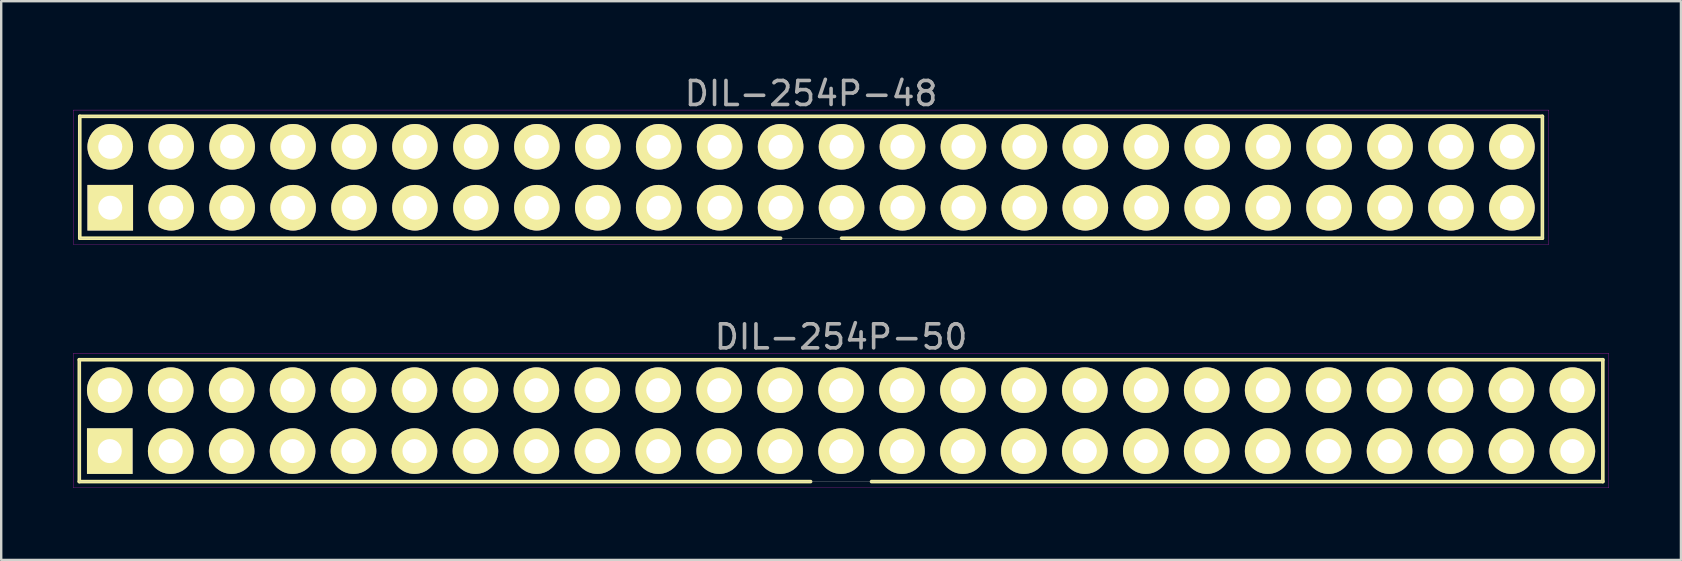
<source format=kicad_pcb>
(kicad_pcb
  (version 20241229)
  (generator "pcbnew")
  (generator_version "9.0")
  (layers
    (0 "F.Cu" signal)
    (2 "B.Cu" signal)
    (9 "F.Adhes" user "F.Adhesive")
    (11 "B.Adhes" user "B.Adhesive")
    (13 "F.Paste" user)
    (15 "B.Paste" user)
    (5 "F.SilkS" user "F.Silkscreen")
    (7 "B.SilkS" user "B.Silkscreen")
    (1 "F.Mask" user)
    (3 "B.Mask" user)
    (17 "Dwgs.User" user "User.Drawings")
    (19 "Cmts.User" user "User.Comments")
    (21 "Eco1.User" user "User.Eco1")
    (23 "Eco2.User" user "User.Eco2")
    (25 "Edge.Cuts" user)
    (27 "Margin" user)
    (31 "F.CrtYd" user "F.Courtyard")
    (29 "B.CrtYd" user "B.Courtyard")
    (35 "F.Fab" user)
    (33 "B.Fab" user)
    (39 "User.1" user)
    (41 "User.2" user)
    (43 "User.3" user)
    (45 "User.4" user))
  (footprint "DIL-254P-48"
    (layer "F.Cu")
    (at 30.755 4.338)
    (property "Reference" "DIL-254P-48" (at 0 -3.49 0) (layer "F.Fab") (effects (font (size 1 1) (thickness 0.15))))
    (attr through_hole)
    (fp_line (start -30.48 -2.54) (end 30.48 -2.54) (stroke (width 0.15) (type solid)) (layer "F.SilkS"))
    (fp_line (start -30.48 2.54) (end -30.48 -2.54) (stroke (width 0.15) (type solid)) (layer "F.SilkS"))
    (fp_line (start -1.27 2.54) (end -30.48 2.54) (stroke (width 0.15) (type solid)) (layer "F.SilkS"))
    (fp_line (start 30.48 -2.54) (end 30.48 2.54) (stroke (width 0.15) (type solid)) (layer "F.SilkS"))
    (fp_line (start 30.48 2.54) (end 1.27 2.54) (stroke (width 0.15) (type solid)) (layer "F.SilkS"))
    (fp_line (start -30.75 -2.8) (end 30.75 -2.8) (stroke (width 0.01) (type solid)) (layer "F.CrtYd"))
    (fp_line (start -30.75 2.8) (end -30.75 -2.8) (stroke (width 0.01) (type solid)) (layer "F.CrtYd"))
    (fp_line (start 30.75 -2.8) (end 30.75 2.8) (stroke (width 0.01) (type solid)) (layer "F.CrtYd"))
    (fp_line (start 30.75 2.8) (end -30.75 2.8) (stroke (width 0.01) (type solid)) (layer "F.CrtYd"))
    (fp_line (start -30.48 -2.54) (end 30.48 -2.54) (stroke (width 0.01) (type solid)) (layer "F.Fab"))
    (fp_line (start -30.48 2.54) (end -30.48 -2.54) (stroke (width 0.01) (type solid)) (layer "F.Fab"))
    (fp_line (start 30.48 -2.54) (end 30.48 2.54) (stroke (width 0.01) (type solid)) (layer "F.Fab"))
    (fp_line (start 30.48 2.54) (end -30.48 2.54) (stroke (width 0.01) (type solid)) (layer "F.Fab"))
    (pad "1" thru_hole rect (at -29.21 1.27) (size 1.9 1.9) (drill 1) (layers "*.Cu" "*.Mask" "F.SilkS"))
    (pad "2" thru_hole circle (at -29.21 -1.27) (size 1.9 1.9) (drill 1) (layers "*.Cu" "*.Mask" "F.SilkS"))
    (pad "3" thru_hole circle (at -26.67 1.27) (size 1.9 1.9) (drill 1) (layers "*.Cu" "*.Mask" "F.SilkS"))
    (pad "4" thru_hole circle (at -26.67 -1.27) (size 1.9 1.9) (drill 1) (layers "*.Cu" "*.Mask" "F.SilkS"))
    (pad "5" thru_hole circle (at -24.13 1.27) (size 1.9 1.9) (drill 1) (layers "*.Cu" "*.Mask" "F.SilkS"))
    (pad "6" thru_hole circle (at -24.13 -1.27) (size 1.9 1.9) (drill 1) (layers "*.Cu" "*.Mask" "F.SilkS"))
    (pad "7" thru_hole circle (at -21.59 1.27) (size 1.9 1.9) (drill 1) (layers "*.Cu" "*.Mask" "F.SilkS"))
    (pad "8" thru_hole circle (at -21.59 -1.27) (size 1.9 1.9) (drill 1) (layers "*.Cu" "*.Mask" "F.SilkS"))
    (pad "9" thru_hole circle (at -19.05 1.27) (size 1.9 1.9) (drill 1) (layers "*.Cu" "*.Mask" "F.SilkS"))
    (pad "10" thru_hole circle (at -19.05 -1.27) (size 1.9 1.9) (drill 1) (layers "*.Cu" "*.Mask" "F.SilkS"))
    (pad "11" thru_hole circle (at -16.51 1.27) (size 1.9 1.9) (drill 1) (layers "*.Cu" "*.Mask" "F.SilkS"))
    (pad "12" thru_hole circle (at -16.51 -1.27) (size 1.9 1.9) (drill 1) (layers "*.Cu" "*.Mask" "F.SilkS"))
    (pad "13" thru_hole circle (at -13.97 1.27) (size 1.9 1.9) (drill 1) (layers "*.Cu" "*.Mask" "F.SilkS"))
    (pad "14" thru_hole circle (at -13.97 -1.27) (size 1.9 1.9) (drill 1) (layers "*.Cu" "*.Mask" "F.SilkS"))
    (pad "15" thru_hole circle (at -11.43 1.27) (size 1.9 1.9) (drill 1) (layers "*.Cu" "*.Mask" "F.SilkS"))
    (pad "16" thru_hole circle (at -11.43 -1.27) (size 1.9 1.9) (drill 1) (layers "*.Cu" "*.Mask" "F.SilkS"))
    (pad "17" thru_hole circle (at -8.89 1.27) (size 1.9 1.9) (drill 1) (layers "*.Cu" "*.Mask" "F.SilkS"))
    (pad "18" thru_hole circle (at -8.89 -1.27) (size 1.9 1.9) (drill 1) (layers "*.Cu" "*.Mask" "F.SilkS"))
    (pad "19" thru_hole circle (at -6.35 1.27) (size 1.9 1.9) (drill 1) (layers "*.Cu" "*.Mask" "F.SilkS"))
    (pad "20" thru_hole circle (at -6.35 -1.27) (size 1.9 1.9) (drill 1) (layers "*.Cu" "*.Mask" "F.SilkS"))
    (pad "21" thru_hole circle (at -3.81 1.27) (size 1.9 1.9) (drill 1) (layers "*.Cu" "*.Mask" "F.SilkS"))
    (pad "22" thru_hole circle (at -3.81 -1.27) (size 1.9 1.9) (drill 1) (layers "*.Cu" "*.Mask" "F.SilkS"))
    (pad "23" thru_hole circle (at -1.27 1.27) (size 1.9 1.9) (drill 1) (layers "*.Cu" "*.Mask" "F.SilkS"))
    (pad "24" thru_hole circle (at -1.27 -1.27) (size 1.9 1.9) (drill 1) (layers "*.Cu" "*.Mask" "F.SilkS"))
    (pad "25" thru_hole circle (at 1.27 1.27) (size 1.9 1.9) (drill 1) (layers "*.Cu" "*.Mask" "F.SilkS"))
    (pad "26" thru_hole circle (at 1.27 -1.27) (size 1.9 1.9) (drill 1) (layers "*.Cu" "*.Mask" "F.SilkS"))
    (pad "27" thru_hole circle (at 3.81 1.27) (size 1.9 1.9) (drill 1) (layers "*.Cu" "*.Mask" "F.SilkS"))
    (pad "28" thru_hole circle (at 3.81 -1.27) (size 1.9 1.9) (drill 1) (layers "*.Cu" "*.Mask" "F.SilkS"))
    (pad "29" thru_hole circle (at 6.35 1.27) (size 1.9 1.9) (drill 1) (layers "*.Cu" "*.Mask" "F.SilkS"))
    (pad "30" thru_hole circle (at 6.35 -1.27) (size 1.9 1.9) (drill 1) (layers "*.Cu" "*.Mask" "F.SilkS"))
    (pad "31" thru_hole circle (at 8.89 1.27) (size 1.9 1.9) (drill 1) (layers "*.Cu" "*.Mask" "F.SilkS"))
    (pad "32" thru_hole circle (at 8.89 -1.27) (size 1.9 1.9) (drill 1) (layers "*.Cu" "*.Mask" "F.SilkS"))
    (pad "33" thru_hole circle (at 11.43 1.27) (size 1.9 1.9) (drill 1) (layers "*.Cu" "*.Mask" "F.SilkS"))
    (pad "34" thru_hole circle (at 11.43 -1.27) (size 1.9 1.9) (drill 1) (layers "*.Cu" "*.Mask" "F.SilkS"))
    (pad "35" thru_hole circle (at 13.97 1.27) (size 1.9 1.9) (drill 1) (layers "*.Cu" "*.Mask" "F.SilkS"))
    (pad "36" thru_hole circle (at 13.97 -1.27) (size 1.9 1.9) (drill 1) (layers "*.Cu" "*.Mask" "F.SilkS"))
    (pad "37" thru_hole circle (at 16.51 1.27) (size 1.9 1.9) (drill 1) (layers "*.Cu" "*.Mask" "F.SilkS"))
    (pad "38" thru_hole circle (at 16.51 -1.27) (size 1.9 1.9) (drill 1) (layers "*.Cu" "*.Mask" "F.SilkS"))
    (pad "39" thru_hole circle (at 19.05 1.27) (size 1.9 1.9) (drill 1) (layers "*.Cu" "*.Mask" "F.SilkS"))
    (pad "40" thru_hole circle (at 19.05 -1.27) (size 1.9 1.9) (drill 1) (layers "*.Cu" "*.Mask" "F.SilkS"))
    (pad "41" thru_hole circle (at 21.59 1.27) (size 1.9 1.9) (drill 1) (layers "*.Cu" "*.Mask" "F.SilkS"))
    (pad "42" thru_hole circle (at 21.59 -1.27) (size 1.9 1.9) (drill 1) (layers "*.Cu" "*.Mask" "F.SilkS"))
    (pad "43" thru_hole circle (at 24.13 1.27) (size 1.9 1.9) (drill 1) (layers "*.Cu" "*.Mask" "F.SilkS"))
    (pad "44" thru_hole circle (at 24.13 -1.27) (size 1.9 1.9) (drill 1) (layers "*.Cu" "*.Mask" "F.SilkS"))
    (pad "45" thru_hole circle (at 26.67 1.27) (size 1.9 1.9) (drill 1) (layers "*.Cu" "*.Mask" "F.SilkS"))
    (pad "46" thru_hole circle (at 26.67 -1.27) (size 1.9 1.9) (drill 1) (layers "*.Cu" "*.Mask" "F.SilkS"))
    (pad "47" thru_hole circle (at 29.21 1.27) (size 1.9 1.9) (drill 1) (layers "*.Cu" "*.Mask" "F.SilkS"))
    (pad "48" thru_hole circle (at 29.21 -1.27) (size 1.9 1.9) (drill 1) (layers "*.Cu" "*.Mask" "F.SilkS")))
  (footprint "DIL-254P-50"
    (layer "F.Cu")
    (at 32.005 14.482)
    (property "Reference" "DIL-254P-50" (at 0 -3.49 0) (layer "F.Fab") (effects (font (size 1 1) (thickness 0.15))))
    (attr through_hole)
    (fp_line (start -31.75 -2.54) (end 31.75 -2.54) (stroke (width 0.15) (type solid)) (layer "F.SilkS"))
    (fp_line (start -31.75 2.54) (end -31.75 -2.54) (stroke (width 0.15) (type solid)) (layer "F.SilkS"))
    (fp_line (start -1.27 2.54) (end -31.75 2.54) (stroke (width 0.15) (type solid)) (layer "F.SilkS"))
    (fp_line (start 31.75 -2.54) (end 31.75 2.54) (stroke (width 0.15) (type solid)) (layer "F.SilkS"))
    (fp_line (start 31.75 2.54) (end 1.27 2.54) (stroke (width 0.15) (type solid)) (layer "F.SilkS"))
    (fp_line (start -32 -2.8) (end 32 -2.8) (stroke (width 0.01) (type solid)) (layer "F.CrtYd"))
    (fp_line (start -32 2.8) (end -32 -2.8) (stroke (width 0.01) (type solid)) (layer "F.CrtYd"))
    (fp_line (start 32 -2.8) (end 32 2.8) (stroke (width 0.01) (type solid)) (layer "F.CrtYd"))
    (fp_line (start 32 2.8) (end -32 2.8) (stroke (width 0.01) (type solid)) (layer "F.CrtYd"))
    (fp_line (start -31.75 -2.54) (end 31.75 -2.54) (stroke (width 0.01) (type solid)) (layer "F.Fab"))
    (fp_line (start -31.75 2.54) (end -31.75 -2.54) (stroke (width 0.01) (type solid)) (layer "F.Fab"))
    (fp_line (start 31.75 -2.54) (end 31.75 2.54) (stroke (width 0.01) (type solid)) (layer "F.Fab"))
    (fp_line (start 31.75 2.54) (end -31.75 2.54) (stroke (width 0.01) (type solid)) (layer "F.Fab"))
    (pad "1" thru_hole rect (at -30.48 1.27) (size 1.9 1.9) (drill 1) (layers "*.Cu" "*.Mask" "F.SilkS"))
    (pad "2" thru_hole circle (at -30.48 -1.27) (size 1.9 1.9) (drill 1) (layers "*.Cu" "*.Mask" "F.SilkS"))
    (pad "3" thru_hole circle (at -27.94 1.27) (size 1.9 1.9) (drill 1) (layers "*.Cu" "*.Mask" "F.SilkS"))
    (pad "4" thru_hole circle (at -27.94 -1.27) (size 1.9 1.9) (drill 1) (layers "*.Cu" "*.Mask" "F.SilkS"))
    (pad "5" thru_hole circle (at -25.4 1.27) (size 1.9 1.9) (drill 1) (layers "*.Cu" "*.Mask" "F.SilkS"))
    (pad "6" thru_hole circle (at -25.4 -1.27) (size 1.9 1.9) (drill 1) (layers "*.Cu" "*.Mask" "F.SilkS"))
    (pad "7" thru_hole circle (at -22.86 1.27) (size 1.9 1.9) (drill 1) (layers "*.Cu" "*.Mask" "F.SilkS"))
    (pad "8" thru_hole circle (at -22.86 -1.27) (size 1.9 1.9) (drill 1) (layers "*.Cu" "*.Mask" "F.SilkS"))
    (pad "9" thru_hole circle (at -20.32 1.27) (size 1.9 1.9) (drill 1) (layers "*.Cu" "*.Mask" "F.SilkS"))
    (pad "10" thru_hole circle (at -20.32 -1.27) (size 1.9 1.9) (drill 1) (layers "*.Cu" "*.Mask" "F.SilkS"))
    (pad "11" thru_hole circle (at -17.78 1.27) (size 1.9 1.9) (drill 1) (layers "*.Cu" "*.Mask" "F.SilkS"))
    (pad "12" thru_hole circle (at -17.78 -1.27) (size 1.9 1.9) (drill 1) (layers "*.Cu" "*.Mask" "F.SilkS"))
    (pad "13" thru_hole circle (at -15.24 1.27) (size 1.9 1.9) (drill 1) (layers "*.Cu" "*.Mask" "F.SilkS"))
    (pad "14" thru_hole circle (at -15.24 -1.27) (size 1.9 1.9) (drill 1) (layers "*.Cu" "*.Mask" "F.SilkS"))
    (pad "15" thru_hole circle (at -12.7 1.27) (size 1.9 1.9) (drill 1) (layers "*.Cu" "*.Mask" "F.SilkS"))
    (pad "16" thru_hole circle (at -12.7 -1.27) (size 1.9 1.9) (drill 1) (layers "*.Cu" "*.Mask" "F.SilkS"))
    (pad "17" thru_hole circle (at -10.16 1.27) (size 1.9 1.9) (drill 1) (layers "*.Cu" "*.Mask" "F.SilkS"))
    (pad "18" thru_hole circle (at -10.16 -1.27) (size 1.9 1.9) (drill 1) (layers "*.Cu" "*.Mask" "F.SilkS"))
    (pad "19" thru_hole circle (at -7.62 1.27) (size 1.9 1.9) (drill 1) (layers "*.Cu" "*.Mask" "F.SilkS"))
    (pad "20" thru_hole circle (at -7.62 -1.27) (size 1.9 1.9) (drill 1) (layers "*.Cu" "*.Mask" "F.SilkS"))
    (pad "21" thru_hole circle (at -5.08 1.27) (size 1.9 1.9) (drill 1) (layers "*.Cu" "*.Mask" "F.SilkS"))
    (pad "22" thru_hole circle (at -5.08 -1.27) (size 1.9 1.9) (drill 1) (layers "*.Cu" "*.Mask" "F.SilkS"))
    (pad "23" thru_hole circle (at -2.54 1.27) (size 1.9 1.9) (drill 1) (layers "*.Cu" "*.Mask" "F.SilkS"))
    (pad "24" thru_hole circle (at -2.54 -1.27) (size 1.9 1.9) (drill 1) (layers "*.Cu" "*.Mask" "F.SilkS"))
    (pad "25" thru_hole circle (at 0 1.27) (size 1.9 1.9) (drill 1) (layers "*.Cu" "*.Mask" "F.SilkS"))
    (pad "26" thru_hole circle (at 0 -1.27) (size 1.9 1.9) (drill 1) (layers "*.Cu" "*.Mask" "F.SilkS"))
    (pad "27" thru_hole circle (at 2.54 1.27) (size 1.9 1.9) (drill 1) (layers "*.Cu" "*.Mask" "F.SilkS"))
    (pad "28" thru_hole circle (at 2.54 -1.27) (size 1.9 1.9) (drill 1) (layers "*.Cu" "*.Mask" "F.SilkS"))
    (pad "29" thru_hole circle (at 5.08 1.27) (size 1.9 1.9) (drill 1) (layers "*.Cu" "*.Mask" "F.SilkS"))
    (pad "30" thru_hole circle (at 5.08 -1.27) (size 1.9 1.9) (drill 1) (layers "*.Cu" "*.Mask" "F.SilkS"))
    (pad "31" thru_hole circle (at 7.62 1.27) (size 1.9 1.9) (drill 1) (layers "*.Cu" "*.Mask" "F.SilkS"))
    (pad "32" thru_hole circle (at 7.62 -1.27) (size 1.9 1.9) (drill 1) (layers "*.Cu" "*.Mask" "F.SilkS"))
    (pad "33" thru_hole circle (at 10.16 1.27) (size 1.9 1.9) (drill 1) (layers "*.Cu" "*.Mask" "F.SilkS"))
    (pad "34" thru_hole circle (at 10.16 -1.27) (size 1.9 1.9) (drill 1) (layers "*.Cu" "*.Mask" "F.SilkS"))
    (pad "35" thru_hole circle (at 12.7 1.27) (size 1.9 1.9) (drill 1) (layers "*.Cu" "*.Mask" "F.SilkS"))
    (pad "36" thru_hole circle (at 12.7 -1.27) (size 1.9 1.9) (drill 1) (layers "*.Cu" "*.Mask" "F.SilkS"))
    (pad "37" thru_hole circle (at 15.24 1.27) (size 1.9 1.9) (drill 1) (layers "*.Cu" "*.Mask" "F.SilkS"))
    (pad "38" thru_hole circle (at 15.24 -1.27) (size 1.9 1.9) (drill 1) (layers "*.Cu" "*.Mask" "F.SilkS"))
    (pad "39" thru_hole circle (at 17.78 1.27) (size 1.9 1.9) (drill 1) (layers "*.Cu" "*.Mask" "F.SilkS"))
    (pad "40" thru_hole circle (at 17.78 -1.27) (size 1.9 1.9) (drill 1) (layers "*.Cu" "*.Mask" "F.SilkS"))
    (pad "41" thru_hole circle (at 20.32 1.27) (size 1.9 1.9) (drill 1) (layers "*.Cu" "*.Mask" "F.SilkS"))
    (pad "42" thru_hole circle (at 20.32 -1.27) (size 1.9 1.9) (drill 1) (layers "*.Cu" "*.Mask" "F.SilkS"))
    (pad "43" thru_hole circle (at 22.86 1.27) (size 1.9 1.9) (drill 1) (layers "*.Cu" "*.Mask" "F.SilkS"))
    (pad "44" thru_hole circle (at 22.86 -1.27) (size 1.9 1.9) (drill 1) (layers "*.Cu" "*.Mask" "F.SilkS"))
    (pad "45" thru_hole circle (at 25.4 1.27) (size 1.9 1.9) (drill 1) (layers "*.Cu" "*.Mask" "F.SilkS"))
    (pad "46" thru_hole circle (at 25.4 -1.27) (size 1.9 1.9) (drill 1) (layers "*.Cu" "*.Mask" "F.SilkS"))
    (pad "47" thru_hole circle (at 27.94 1.27) (size 1.9 1.9) (drill 1) (layers "*.Cu" "*.Mask" "F.SilkS"))
    (pad "48" thru_hole circle (at 27.94 -1.27) (size 1.9 1.9) (drill 1) (layers "*.Cu" "*.Mask" "F.SilkS"))
    (pad "49" thru_hole circle (at 30.48 1.27) (size 1.9 1.9) (drill 1) (layers "*.Cu" "*.Mask" "F.SilkS"))
    (pad "50" thru_hole circle (at 30.48 -1.27) (size 1.9 1.9) (drill 1) (layers "*.Cu" "*.Mask" "F.SilkS")))
  (gr_rect
    (start -3 -3)
    (end 67.01 20.287)
    (stroke (width 0.1) (type default))
    (fill no)
    (layer "Edge.Cuts")))
</source>
